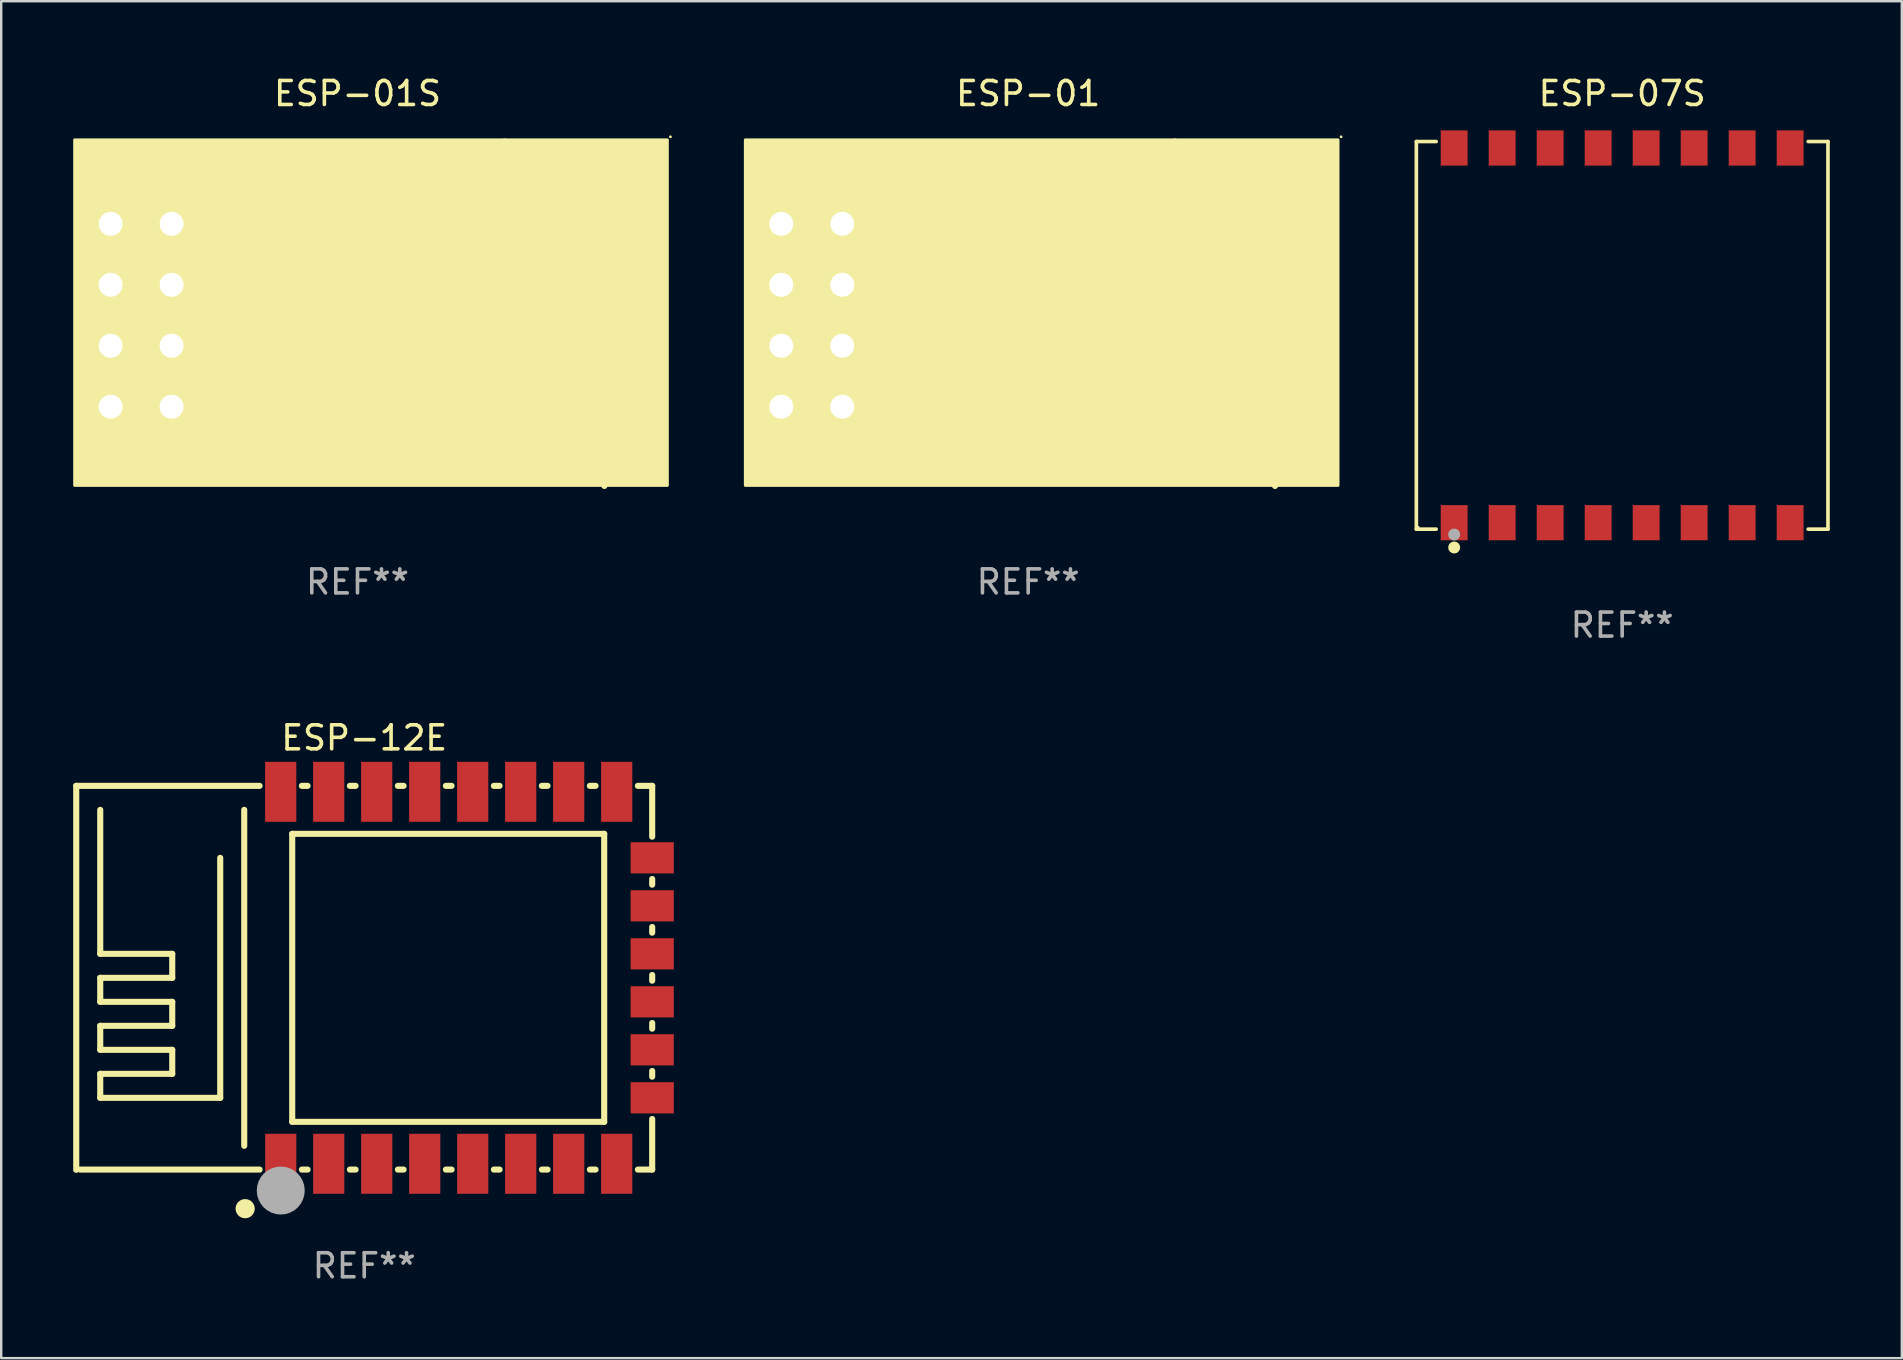
<source format=kicad_pcb>
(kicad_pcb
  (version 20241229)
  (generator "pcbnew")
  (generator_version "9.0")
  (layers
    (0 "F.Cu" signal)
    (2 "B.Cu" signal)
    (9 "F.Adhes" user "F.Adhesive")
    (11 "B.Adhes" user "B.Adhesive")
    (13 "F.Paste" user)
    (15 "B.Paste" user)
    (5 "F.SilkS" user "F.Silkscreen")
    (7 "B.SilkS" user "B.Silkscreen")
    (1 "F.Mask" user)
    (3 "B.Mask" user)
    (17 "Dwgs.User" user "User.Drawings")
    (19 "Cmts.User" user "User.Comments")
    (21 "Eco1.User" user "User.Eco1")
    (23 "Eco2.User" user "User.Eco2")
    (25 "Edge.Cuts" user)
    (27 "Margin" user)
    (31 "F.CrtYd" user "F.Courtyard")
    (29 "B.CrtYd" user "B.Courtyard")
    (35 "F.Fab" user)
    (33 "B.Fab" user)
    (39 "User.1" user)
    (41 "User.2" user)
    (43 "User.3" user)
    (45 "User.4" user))
  (footprint "ESP-01"
    (layer "F.Cu")
    (at 39.794 10.024)
    (property "Reference" "ESP-01" (at 0 -9.176 0) (layer "F.SilkS") (effects (font (size 1 1) (thickness 0.15))))
    (attr through_hole)
    (fp_line (start 6.127 -7.176) (end 6.127 7.049) (stroke (width 0.254) (type solid)) (layer "F.SilkS"))
    (fp_line (start 7.747 -5.524) (end 10.287 -5.524) (stroke (width 0.254) (type solid)) (layer "F.SilkS"))
    (fp_line (start 7.747 -2.984) (end 7.747 -0.444) (stroke (width 0.254) (type solid)) (layer "F.SilkS"))
    (fp_line (start 7.747 -0.444) (end 10.287 -0.444) (stroke (width 0.254) (type solid)) (layer "F.SilkS"))
    (fp_line (start 7.747 2.096) (end 7.747 4.636) (stroke (width 0.254) (type solid)) (layer "F.SilkS"))
    (fp_line (start 7.747 4.636) (end 10.287 4.636) (stroke (width 0.254) (type solid)) (layer "F.SilkS"))
    (fp_line (start 10.287 -5.524) (end 10.287 -2.984) (stroke (width 0.254) (type solid)) (layer "F.SilkS"))
    (fp_line (start 10.287 -2.984) (end 7.747 -2.984) (stroke (width 0.254) (type solid)) (layer "F.SilkS"))
    (fp_line (start 10.287 -0.444) (end 10.287 2.096) (stroke (width 0.254) (type solid)) (layer "F.SilkS"))
    (fp_line (start 10.287 2.096) (end 7.747 2.096) (stroke (width 0.254) (type solid)) (layer "F.SilkS"))
    (fp_line (start 10.287 4.636) (end 10.287 7.176) (stroke (width 0.254) (type solid)) (layer "F.SilkS"))
    (fp_circle (center -7.747 -5.397) (end -7.515 -5.397) (stroke (width 0.5) (type solid)) (fill no) (layer "F.SilkS"))
    (fp_circle (center 13.04 -7.374) (end 13.07 -7.374) (stroke (width 0.06) (type solid)) (fill no) (layer "F.SilkS"))
    (fp_poly (pts (xy -11.787 -7.247) (xy 12.913 -7.247) (xy 12.913 7.153) (xy -11.787 7.153)) (stroke (width 0.12) (type solid)) (fill yes) (layer "F.SilkS"))
    (fp_text user "WIFI" (at -2.286 0.699 0) (layer "B.Mask") (effects (font (size 1 1) (thickness 0.15))))
    (fp_text user "REF**" (at 0 11.176 0) (layer "F.Fab") (effects (font (size 1 1) (thickness 0.15))))
    (pad "1" thru_hole rect (at -7.747 -3.746 90) (size 1.8 1.8) (drill 1) (layers "*.Cu" "*.Mask"))
    (pad "2" thru_hole circle (at -7.747 -1.206) (size 1.8 1.8) (drill 1) (layers "*.Cu" "*.Mask"))
    (pad "3" thru_hole circle (at -7.747 1.334) (size 1.8 1.8) (drill 1) (layers "*.Cu" "*.Mask"))
    (pad "4" thru_hole circle (at -7.747 3.874) (size 1.8 1.8) (drill 1) (layers "*.Cu" "*.Mask"))
    (pad "5" thru_hole circle (at -10.287 -3.746) (size 1.8 1.8) (drill 1) (layers "*.Cu" "*.Mask"))
    (pad "6" thru_hole circle (at -10.287 -1.206) (size 1.8 1.8) (drill 1) (layers "*.Cu" "*.Mask"))
    (pad "7" thru_hole circle (at -10.287 1.334) (size 1.8 1.8) (drill 1) (layers "*.Cu" "*.Mask"))
    (pad "8" thru_hole circle (at -10.287 3.874) (size 1.8 1.8) (drill 1) (layers "*.Cu" "*.Mask")))
  (footprint "ESP-12E"
    (layer "F.Cu")
    (at 12.128 37.697)
    (property "Reference" "ESP-12E" (at 0 -10 0) (layer "F.SilkS") (effects (font (size 1 1) (thickness 0.15))))
    (attr through_hole)
    (fp_line (start -12.001 -8) (end -12.001 8) (stroke (width 0.254) (type solid)) (layer "F.SilkS"))
    (fp_line (start -12.001 -8) (end -4.361 -8) (stroke (width 0.254) (type solid)) (layer "F.SilkS"))
    (fp_line (start -11.842 7.99) (end -4.361 7.99) (stroke (width 0.254) (type solid)) (layer "F.SilkS"))
    (fp_line (start -11.001 -1) (end -11.001 -7) (stroke (width 0.254) (type solid)) (layer "F.SilkS"))
    (fp_line (start -11.001 0) (end -8.001 0) (stroke (width 0.254) (type solid)) (layer "F.SilkS"))
    (fp_line (start -11.001 1) (end -11.001 0) (stroke (width 0.254) (type solid)) (layer "F.SilkS"))
    (fp_line (start -11.001 2) (end -8.001 2) (stroke (width 0.254) (type solid)) (layer "F.SilkS"))
    (fp_line (start -11.001 3) (end -11.001 2) (stroke (width 0.254) (type solid)) (layer "F.SilkS"))
    (fp_line (start -11.001 4) (end -8.001 4) (stroke (width 0.254) (type solid)) (layer "F.SilkS"))
    (fp_line (start -11.001 5) (end -11.001 4) (stroke (width 0.254) (type solid)) (layer "F.SilkS"))
    (fp_line (start -8.001 -1) (end -11.001 -1) (stroke (width 0.254) (type solid)) (layer "F.SilkS"))
    (fp_line (start -8.001 0) (end -8.001 -1) (stroke (width 0.254) (type solid)) (layer "F.SilkS"))
    (fp_line (start -8.001 1) (end -11.001 1) (stroke (width 0.254) (type solid)) (layer "F.SilkS"))
    (fp_line (start -8.001 2) (end -8.001 1) (stroke (width 0.254) (type solid)) (layer "F.SilkS"))
    (fp_line (start -8.001 3) (end -11.001 3) (stroke (width 0.254) (type solid)) (layer "F.SilkS"))
    (fp_line (start -8.001 4) (end -8.001 3) (stroke (width 0.254) (type solid)) (layer "F.SilkS"))
    (fp_line (start -6.001 -5) (end -6.001 5) (stroke (width 0.254) (type solid)) (layer "F.SilkS"))
    (fp_line (start -6.001 5) (end -11.001 5) (stroke (width 0.254) (type solid)) (layer "F.SilkS"))
    (fp_line (start -5.001 7) (end -5.001 -7) (stroke (width 0.254) (type solid)) (layer "F.SilkS"))
    (fp_line (start -3.001 -6) (end -3.001 6) (stroke (width 0.254) (type solid)) (layer "F.SilkS"))
    (fp_line (start -3.001 6) (end 9.999 6) (stroke (width 0.254) (type solid)) (layer "F.SilkS"))
    (fp_line (start -2.599 -8) (end -2.361 -8) (stroke (width 0.254) (type solid)) (layer "F.SilkS"))
    (fp_line (start -2.598 7.99) (end -2.361 7.99) (stroke (width 0.254) (type solid)) (layer "F.SilkS"))
    (fp_line (start -0.599 -8) (end -0.361 -8) (stroke (width 0.254) (type solid)) (layer "F.SilkS"))
    (fp_line (start -0.598 7.99) (end -0.361 7.99) (stroke (width 0.254) (type solid)) (layer "F.SilkS"))
    (fp_line (start 1.401 -8) (end 1.639 -8) (stroke (width 0.254) (type solid)) (layer "F.SilkS"))
    (fp_line (start 1.402 7.99) (end 1.639 7.99) (stroke (width 0.254) (type solid)) (layer "F.SilkS"))
    (fp_line (start 3.401 -8) (end 3.639 -8) (stroke (width 0.254) (type solid)) (layer "F.SilkS"))
    (fp_line (start 3.402 7.99) (end 3.639 7.99) (stroke (width 0.254) (type solid)) (layer "F.SilkS"))
    (fp_line (start 5.401 -8) (end 5.639 -8) (stroke (width 0.254) (type solid)) (layer "F.SilkS"))
    (fp_line (start 5.402 7.99) (end 5.639 7.99) (stroke (width 0.254) (type solid)) (layer "F.SilkS"))
    (fp_line (start 7.401 -8) (end 7.639 -8) (stroke (width 0.254) (type solid)) (layer "F.SilkS"))
    (fp_line (start 7.402 7.99) (end 7.639 7.99) (stroke (width 0.254) (type solid)) (layer "F.SilkS"))
    (fp_line (start 9.401 -8) (end 9.639 -8) (stroke (width 0.254) (type solid)) (layer "F.SilkS"))
    (fp_line (start 9.402 7.99) (end 9.639 7.99) (stroke (width 0.254) (type solid)) (layer "F.SilkS"))
    (fp_line (start 9.999 -6) (end -3.001 -6) (stroke (width 0.254) (type solid)) (layer "F.SilkS"))
    (fp_line (start 9.999 6) (end 9.999 -6) (stroke (width 0.254) (type solid)) (layer "F.SilkS"))
    (fp_line (start 11.402 -8) (end 11.999 -8) (stroke (width 0.254) (type solid)) (layer "F.SilkS"))
    (fp_line (start 11.402 7.99) (end 11.999 7.99) (stroke (width 0.254) (type solid)) (layer "F.SilkS"))
    (fp_line (start 11.999 -8) (end 11.999 -5.881) (stroke (width 0.254) (type solid)) (layer "F.SilkS"))
    (fp_line (start 11.999 -4.119) (end 11.999 -3.881) (stroke (width 0.254) (type solid)) (layer "F.SilkS"))
    (fp_line (start 11.999 -2.119) (end 11.999 -1.881) (stroke (width 0.254) (type solid)) (layer "F.SilkS"))
    (fp_line (start 11.999 -0.119) (end 11.999 0.119) (stroke (width 0.254) (type solid)) (layer "F.SilkS"))
    (fp_line (start 11.999 1.881) (end 11.999 2.119) (stroke (width 0.254) (type solid)) (layer "F.SilkS"))
    (fp_line (start 11.999 3.881) (end 11.999 4.119) (stroke (width 0.254) (type solid)) (layer "F.SilkS"))
    (fp_line (start 11.999 5.881) (end 11.999 7.99) (stroke (width 0.254) (type solid)) (layer "F.SilkS"))
    (fp_circle (center -11.98 7.998) (end -11.95 7.998) (stroke (width 0.06) (type solid)) (fill no) (layer "F.SilkS"))
    (fp_circle (center -4.962 9.619) (end -4.762 9.619) (stroke (width 0.4) (type solid)) (fill no) (layer "F.SilkS"))
    (fp_circle (center -3.479 8.863) (end -2.979 8.863) (stroke (width 1) (type solid)) (fill no) (layer "F.Fab"))
    (fp_text user "ESP12E" (at 3.201 4.801 0) (layer "B.Mask") (effects (font (size 1 1) (thickness 0.15))))
    (fp_text user "REF**" (at 0 12 0) (layer "F.Fab") (effects (font (size 1 1) (thickness 0.15))))
    (pad "1" smd rect (at -3.479 7.748) (size 1.3 2.5) (layers "F.Cu" "F.Mask" "F.Paste"))
    (pad "2" smd rect (at -1.479 7.748) (size 1.3 2.5) (layers "F.Cu" "F.Mask" "F.Paste"))
    (pad "3" smd rect (at 0.521 7.748) (size 1.3 2.5) (layers "F.Cu" "F.Mask" "F.Paste"))
    (pad "4" smd rect (at 2.521 7.748) (size 1.3 2.5) (layers "F.Cu" "F.Mask" "F.Paste"))
    (pad "5" smd rect (at 4.521 7.748) (size 1.3 2.5) (layers "F.Cu" "F.Mask" "F.Paste"))
    (pad "6" smd rect (at 6.521 7.748) (size 1.3 2.5) (layers "F.Cu" "F.Mask" "F.Paste"))
    (pad "7" smd rect (at 8.521 7.748) (size 1.3 2.5) (layers "F.Cu" "F.Mask" "F.Paste"))
    (pad "8" smd rect (at 10.521 7.748) (size 1.3 2.5) (layers "F.Cu" "F.Mask" "F.Paste"))
    (pad "9" smd rect (at 12.001 5) (size 1.8 1.3) (layers "F.Cu" "F.Mask" "F.Paste"))
    (pad "10" smd rect (at 11.999 3) (size 1.8 1.3) (layers "F.Cu" "F.Mask" "F.Paste"))
    (pad "11" smd rect (at 12 1) (size 1.8 1.3) (layers "F.Cu" "F.Mask" "F.Paste"))
    (pad "12" smd rect (at 12 -1) (size 1.8 1.3) (layers "F.Cu" "F.Mask" "F.Paste"))
    (pad "13" smd rect (at 12 -3) (size 1.8 1.3) (layers "F.Cu" "F.Mask" "F.Paste"))
    (pad "14" smd rect (at 12 -5) (size 1.8 1.3) (layers "F.Cu" "F.Mask" "F.Paste"))
    (pad "15" smd rect (at 10.521 -7.751) (size 1.3 2.5) (layers "F.Cu" "F.Mask" "F.Paste"))
    (pad "16" smd rect (at 8.52 -7.751) (size 1.3 2.5) (layers "F.Cu" "F.Mask" "F.Paste"))
    (pad "17" smd rect (at 6.52 -7.751) (size 1.3 2.5) (layers "F.Cu" "F.Mask" "F.Paste"))
    (pad "18" smd rect (at 4.52 -7.751) (size 1.3 2.5) (layers "F.Cu" "F.Mask" "F.Paste"))
    (pad "19" smd rect (at 2.52 -7.751) (size 1.3 2.5) (layers "F.Cu" "F.Mask" "F.Paste"))
    (pad "20" smd rect (at 0.52 -7.751) (size 1.3 2.5) (layers "F.Cu" "F.Mask" "F.Paste"))
    (pad "21" smd rect (at -1.48 -7.751) (size 1.3 2.5) (layers "F.Cu" "F.Mask" "F.Paste"))
    (pad "22" smd rect (at -3.48 -7.751) (size 1.3 2.5) (layers "F.Cu" "F.Mask" "F.Paste")))
  (footprint "ESP-07S"
    (layer "F.Cu")
    (at 64.546 10.924)
    (property "Reference" "ESP-07S" (at 0 -10.076 0) (layer "F.SilkS") (effects (font (size 1 1) (thickness 0.15))))
    (attr through_hole)
    (fp_line (start -8.576 -8.076) (end -7.751 -8.076) (stroke (width 0.152) (type solid)) (layer "F.SilkS"))
    (fp_line (start -8.576 8.076) (end -8.576 -8.076) (stroke (width 0.152) (type solid)) (layer "F.SilkS"))
    (fp_line (start -7.751 8.076) (end -8.576 8.076) (stroke (width 0.152) (type solid)) (layer "F.SilkS"))
    (fp_line (start 7.751 8.076) (end 8.576 8.076) (stroke (width 0.152) (type solid)) (layer "F.SilkS"))
    (fp_line (start 8.576 -8.076) (end 7.751 -8.076) (stroke (width 0.152) (type solid)) (layer "F.SilkS"))
    (fp_line (start 8.576 8.076) (end 8.576 -8.076) (stroke (width 0.152) (type solid)) (layer "F.SilkS"))
    (fp_circle (center -8.5 8) (end -8.47 8) (stroke (width 0.06) (type solid)) (fill no) (layer "F.SilkS"))
    (fp_circle (center -7 8.84) (end -6.875 8.84) (stroke (width 0.25) (type solid)) (fill no) (layer "F.SilkS"))
    (fp_circle (center -7 8.3) (end -6.875 8.3) (stroke (width 0.25) (type solid)) (fill no) (layer "F.Fab"))
    (fp_text user "REF**" (at 0 12.076 0) (layer "F.Fab") (effects (font (size 1 1) (thickness 0.15))))
    (pad "1" smd rect (at -7 7.807 90) (size 1.465 1.12) (layers "F.Cu" "F.Mask" "F.Paste"))
    (pad "2" smd rect (at -5 7.807 90) (size 1.465 1.12) (layers "F.Cu" "F.Mask" "F.Paste"))
    (pad "3" smd rect (at -3 7.807 90) (size 1.465 1.12) (layers "F.Cu" "F.Mask" "F.Paste"))
    (pad "4" smd rect (at -1 7.807 90) (size 1.465 1.12) (layers "F.Cu" "F.Mask" "F.Paste"))
    (pad "5" smd rect (at 1 7.807 90) (size 1.465 1.12) (layers "F.Cu" "F.Mask" "F.Paste"))
    (pad "6" smd rect (at 3 7.807 90) (size 1.465 1.12) (layers "F.Cu" "F.Mask" "F.Paste"))
    (pad "7" smd rect (at 5 7.807 90) (size 1.465 1.12) (layers "F.Cu" "F.Mask" "F.Paste"))
    (pad "8" smd rect (at 7 7.807 90) (size 1.465 1.12) (layers "F.Cu" "F.Mask" "F.Paste"))
    (pad "9" smd rect (at 7 -7.807 90) (size 1.465 1.12) (layers "F.Cu" "F.Mask" "F.Paste"))
    (pad "10" smd rect (at 5 -7.807 90) (size 1.465 1.12) (layers "F.Cu" "F.Mask" "F.Paste"))
    (pad "11" smd rect (at 3 -7.807 90) (size 1.465 1.12) (layers "F.Cu" "F.Mask" "F.Paste"))
    (pad "12" smd rect (at 1 -7.807 90) (size 1.465 1.12) (layers "F.Cu" "F.Mask" "F.Paste"))
    (pad "13" smd rect (at -1 -7.807 90) (size 1.465 1.12) (layers "F.Cu" "F.Mask" "F.Paste"))
    (pad "14" smd rect (at -3 -7.807 90) (size 1.465 1.12) (layers "F.Cu" "F.Mask" "F.Paste"))
    (pad "15" smd rect (at -5 -7.807 90) (size 1.465 1.12) (layers "F.Cu" "F.Mask" "F.Paste"))
    (pad "16" smd rect (at -7 -7.807 90) (size 1.465 1.12) (layers "F.Cu" "F.Mask" "F.Paste")))
  (footprint "ESP-01S"
    (layer "F.Cu")
    (at 11.847 10.024)
    (property "Reference" "ESP-01S" (at 0 -9.176 0) (layer "F.SilkS") (effects (font (size 1 1) (thickness 0.15))))
    (attr through_hole)
    (fp_line (start 6.127 -7.176) (end 6.127 7.049) (stroke (width 0.254) (type solid)) (layer "F.SilkS"))
    (fp_line (start 7.747 -5.524) (end 10.287 -5.524) (stroke (width 0.254) (type solid)) (layer "F.SilkS"))
    (fp_line (start 7.747 -2.984) (end 7.747 -0.444) (stroke (width 0.254) (type solid)) (layer "F.SilkS"))
    (fp_line (start 7.747 -0.444) (end 10.287 -0.444) (stroke (width 0.254) (type solid)) (layer "F.SilkS"))
    (fp_line (start 7.747 2.096) (end 7.747 4.636) (stroke (width 0.254) (type solid)) (layer "F.SilkS"))
    (fp_line (start 7.747 4.636) (end 10.287 4.636) (stroke (width 0.254) (type solid)) (layer "F.SilkS"))
    (fp_line (start 10.287 -5.524) (end 10.287 -2.984) (stroke (width 0.254) (type solid)) (layer "F.SilkS"))
    (fp_line (start 10.287 -2.984) (end 7.747 -2.984) (stroke (width 0.254) (type solid)) (layer "F.SilkS"))
    (fp_line (start 10.287 -0.444) (end 10.287 2.096) (stroke (width 0.254) (type solid)) (layer "F.SilkS"))
    (fp_line (start 10.287 2.096) (end 7.747 2.096) (stroke (width 0.254) (type solid)) (layer "F.SilkS"))
    (fp_line (start 10.287 4.636) (end 10.287 7.176) (stroke (width 0.254) (type solid)) (layer "F.SilkS"))
    (fp_circle (center -7.747 -5.397) (end -7.515 -5.397) (stroke (width 0.5) (type solid)) (fill no) (layer "F.SilkS"))
    (fp_circle (center 13.04 -7.374) (end 13.07 -7.374) (stroke (width 0.06) (type solid)) (fill no) (layer "F.SilkS"))
    (fp_poly (pts (xy -11.787 -7.247) (xy 12.913 -7.247) (xy 12.913 7.153) (xy -11.787 7.153)) (stroke (width 0.12) (type solid)) (fill yes) (layer "F.SilkS"))
    (fp_text user "WIFI" (at -2.286 0.699 0) (layer "B.Mask") (effects (font (size 1 1) (thickness 0.15))))
    (fp_text user "REF**" (at 0 11.176 0) (layer "F.Fab") (effects (font (size 1 1) (thickness 0.15))))
    (pad "1" thru_hole rect (at -7.747 -3.746 90) (size 1.8 1.8) (drill 1) (layers "*.Cu" "*.Mask"))
    (pad "2" thru_hole circle (at -7.747 -1.206) (size 1.8 1.8) (drill 1) (layers "*.Cu" "*.Mask"))
    (pad "3" thru_hole circle (at -7.747 1.334) (size 1.8 1.8) (drill 1) (layers "*.Cu" "*.Mask"))
    (pad "4" thru_hole circle (at -7.747 3.874) (size 1.8 1.8) (drill 1) (layers "*.Cu" "*.Mask"))
    (pad "5" thru_hole circle (at -10.287 -3.746) (size 1.8 1.8) (drill 1) (layers "*.Cu" "*.Mask"))
    (pad "6" thru_hole circle (at -10.287 -1.206) (size 1.8 1.8) (drill 1) (layers "*.Cu" "*.Mask"))
    (pad "7" thru_hole circle (at -10.287 1.334) (size 1.8 1.8) (drill 1) (layers "*.Cu" "*.Mask"))
    (pad "8" thru_hole circle (at -10.287 3.874) (size 1.8 1.8) (drill 1) (layers "*.Cu" "*.Mask")))
  (gr_rect
    (start -3 -3)
    (end 76.199 53.545)
    (stroke (width 0.1) (type default))
    (fill no)
    (layer "Edge.Cuts")))
</source>
